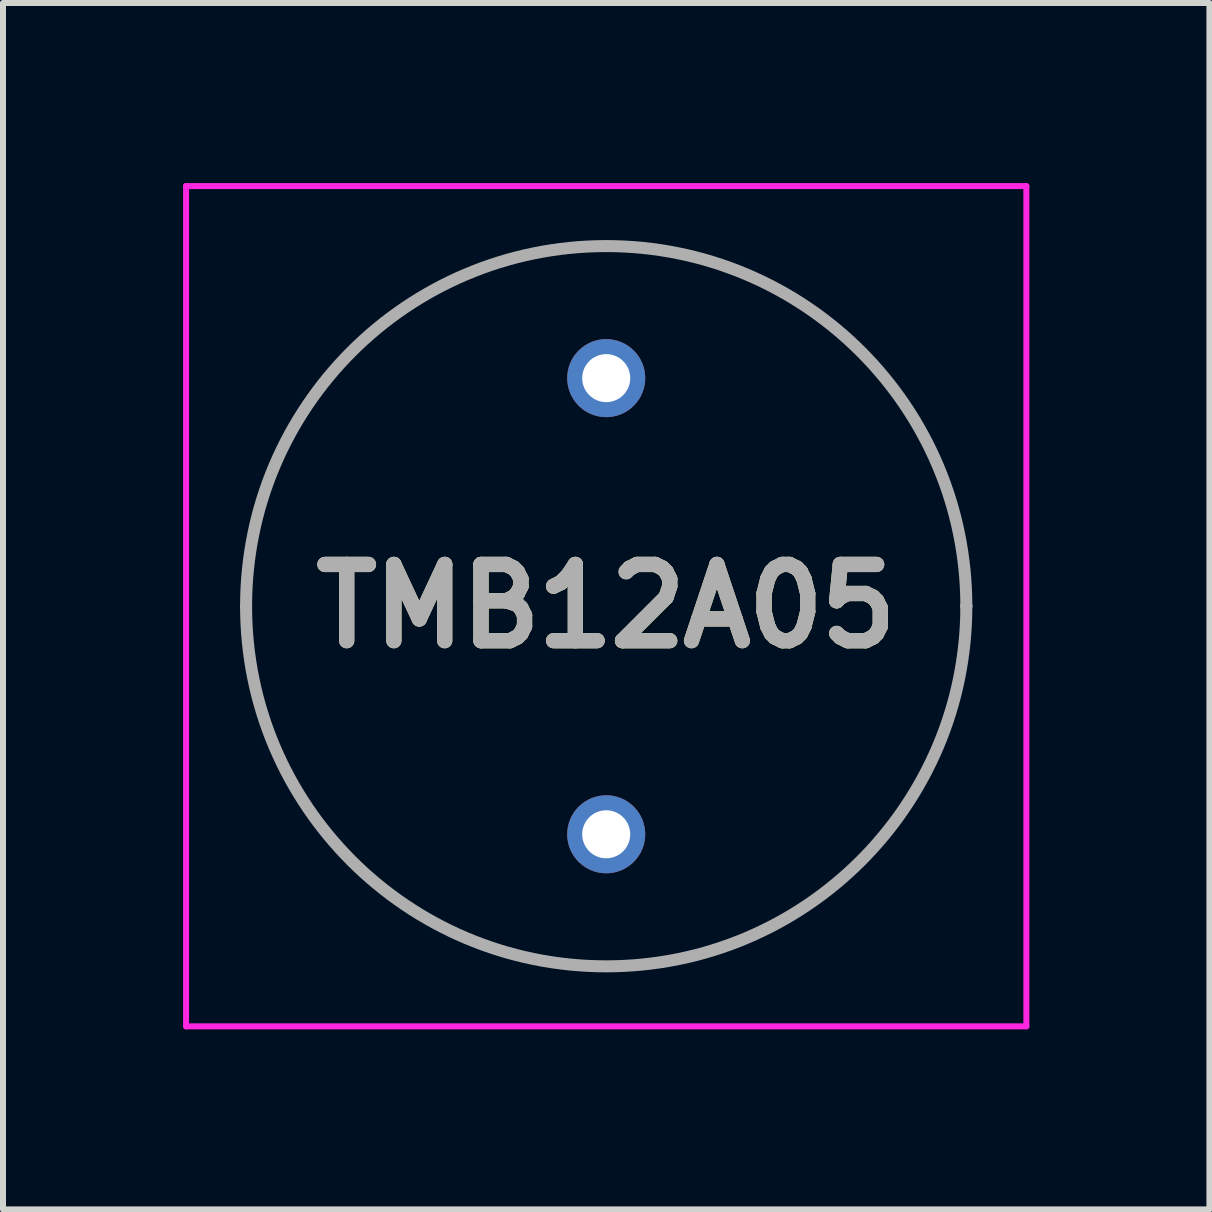
<source format=kicad_pcb>
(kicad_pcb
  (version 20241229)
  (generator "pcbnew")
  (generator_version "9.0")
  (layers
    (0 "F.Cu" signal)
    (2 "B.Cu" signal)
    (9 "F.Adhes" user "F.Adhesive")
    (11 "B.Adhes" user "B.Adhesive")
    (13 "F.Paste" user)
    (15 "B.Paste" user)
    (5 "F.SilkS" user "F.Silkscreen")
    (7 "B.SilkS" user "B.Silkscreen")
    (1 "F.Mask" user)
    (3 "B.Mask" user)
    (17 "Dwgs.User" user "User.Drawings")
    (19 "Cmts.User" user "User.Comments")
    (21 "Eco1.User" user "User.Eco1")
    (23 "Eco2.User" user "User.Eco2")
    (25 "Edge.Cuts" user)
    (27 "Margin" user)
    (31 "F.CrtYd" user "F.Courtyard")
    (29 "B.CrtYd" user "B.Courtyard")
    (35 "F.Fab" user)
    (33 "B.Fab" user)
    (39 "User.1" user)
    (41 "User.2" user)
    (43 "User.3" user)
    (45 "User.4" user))
  (footprint "TMB12A05"
    (layer "F.Cu")
    (at 7.05 10.85)
    (property "Reference" "TMB12A05" (at 0 -3.8 0) (layer "F.SilkS") (effects (font (size 1.27 1.27) (thickness 0.254))))
    (attr through_hole)
    (fp_line (start -6 -3.8) (end -6 -3.8) (stroke (width 0.1) (type solid)) (layer "F.SilkS"))
    (fp_line (start 6 -3.8) (end 6 -3.8) (stroke (width 0.1) (type solid)) (layer "F.SilkS"))
    (fp_arc (start -6 -3.8) (mid 0 -9.8) (end 6 -3.8) (stroke (width 0.1) (type solid)) (layer "F.SilkS"))
    (fp_arc (start 6 -3.8) (mid 0 2.2) (end -6 -3.8) (stroke (width 0.1) (type solid)) (layer "F.SilkS"))
    (fp_line (start -7 -10.8) (end 7 -10.8) (stroke (width 0.1) (type solid)) (layer "F.CrtYd"))
    (fp_line (start -7 3.2) (end -7 -10.8) (stroke (width 0.1) (type solid)) (layer "F.CrtYd"))
    (fp_line (start 7 -10.8) (end 7 3.2) (stroke (width 0.1) (type solid)) (layer "F.CrtYd"))
    (fp_line (start 7 3.2) (end -7 3.2) (stroke (width 0.1) (type solid)) (layer "F.CrtYd"))
    (fp_line (start -6 -3.8) (end -6 -3.8) (stroke (width 0.2) (type solid)) (layer "F.Fab"))
    (fp_line (start 6 -3.8) (end 6 -3.8) (stroke (width 0.2) (type solid)) (layer "F.Fab"))
    (fp_arc (start -6 -3.8) (mid 0 -9.8) (end 6 -3.8) (stroke (width 0.2) (type solid)) (layer "F.Fab"))
    (fp_arc (start 6 -3.8) (mid 0 2.2) (end -6 -3.8) (stroke (width 0.2) (type solid)) (layer "F.Fab"))
    (fp_text user "${REFERENCE}" (at 0 -3.8 0) (layer "F.Fab") (effects (font (size 1.27 1.27) (thickness 0.254))))
    (pad "1" thru_hole circle (at 0 0) (size 1.3 1.3) (drill 0.8) (layers "*.Cu" "*.Mask"))
    (pad "2" thru_hole circle (at 0 -7.6) (size 1.3 1.3) (drill 0.8) (layers "*.Cu" "*.Mask")))
  (gr_rect
    (start -3 -3)
    (end 17.1 17.1)
    (stroke (width 0.1) (type default))
    (fill no)
    (layer "Edge.Cuts")))
</source>
